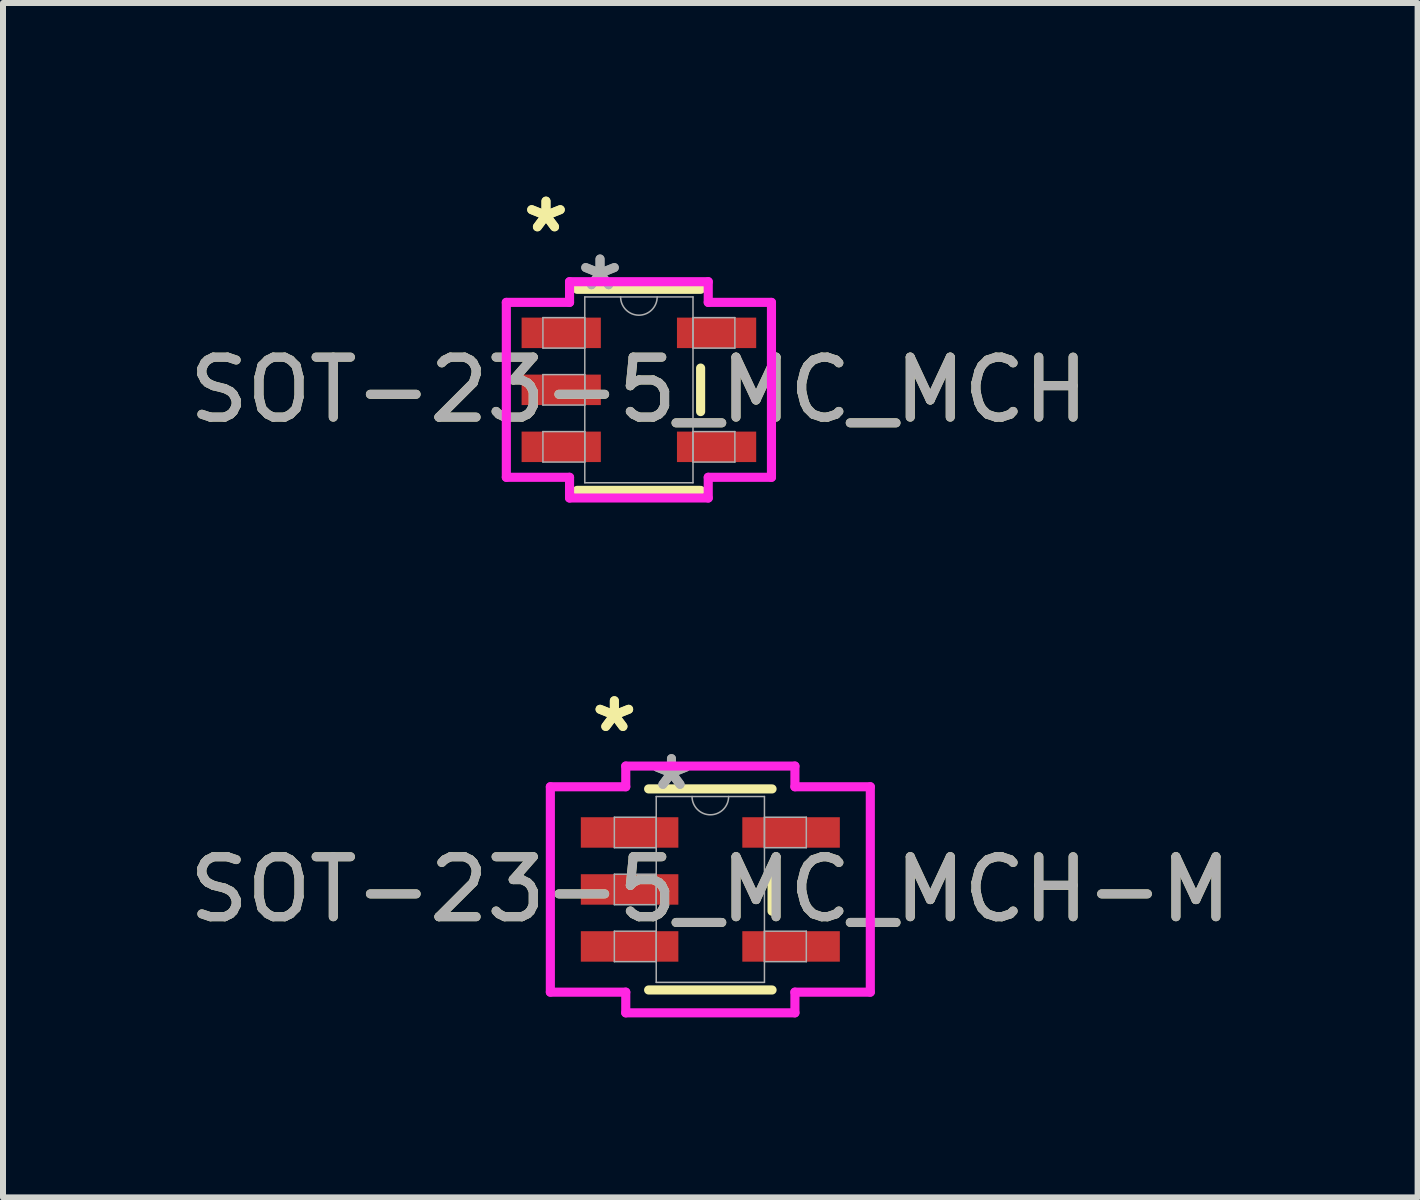
<source format=kicad_pcb>
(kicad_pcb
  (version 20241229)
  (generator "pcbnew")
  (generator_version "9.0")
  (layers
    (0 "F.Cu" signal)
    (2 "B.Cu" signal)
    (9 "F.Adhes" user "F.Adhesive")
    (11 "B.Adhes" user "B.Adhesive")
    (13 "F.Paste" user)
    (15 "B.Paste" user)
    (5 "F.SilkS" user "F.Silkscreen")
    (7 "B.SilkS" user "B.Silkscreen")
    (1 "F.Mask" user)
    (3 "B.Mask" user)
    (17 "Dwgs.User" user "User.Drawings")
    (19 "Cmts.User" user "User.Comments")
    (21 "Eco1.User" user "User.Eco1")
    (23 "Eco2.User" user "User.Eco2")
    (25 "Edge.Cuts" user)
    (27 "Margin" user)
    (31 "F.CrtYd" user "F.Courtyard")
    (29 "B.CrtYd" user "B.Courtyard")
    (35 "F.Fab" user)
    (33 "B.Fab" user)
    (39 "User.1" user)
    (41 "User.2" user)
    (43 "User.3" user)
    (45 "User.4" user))
  (footprint "SOT-23-5_MC_MCH"
    (layer "F.Cu")
    (at 7.601 3.449)
    (property "Reference" "SOT-23-5_MC_MCH" (at 0 0 0) (unlocked yes) (layer "F.SilkS") (effects (font (size 1 1) (thickness 0.15))))
    (attr smd)
    (fp_line (start -1.029 1.676) (end 1.029 1.676) (stroke (width 0.152) (type solid)) (layer "F.SilkS"))
    (fp_line (start 1.029 -1.676) (end -1.029 -1.676) (stroke (width 0.152) (type solid)) (layer "F.SilkS"))
    (fp_line (start 1.029 0.363) (end 1.029 -0.363) (stroke (width 0.152) (type solid)) (layer "F.SilkS"))
    (fp_line (start -2.21 -1.458) (end -1.156 -1.458) (stroke (width 0.152) (type solid)) (layer "F.CrtYd"))
    (fp_line (start -2.21 1.458) (end -2.21 -1.458) (stroke (width 0.152) (type solid)) (layer "F.CrtYd"))
    (fp_line (start -1.156 -1.803) (end 1.156 -1.803) (stroke (width 0.152) (type solid)) (layer "F.CrtYd"))
    (fp_line (start -1.156 -1.458) (end -1.156 -1.803) (stroke (width 0.152) (type solid)) (layer "F.CrtYd"))
    (fp_line (start -1.156 1.458) (end -2.21 1.458) (stroke (width 0.152) (type solid)) (layer "F.CrtYd"))
    (fp_line (start -1.156 1.803) (end -1.156 1.458) (stroke (width 0.152) (type solid)) (layer "F.CrtYd"))
    (fp_line (start 1.156 -1.803) (end 1.156 -1.458) (stroke (width 0.152) (type solid)) (layer "F.CrtYd"))
    (fp_line (start 1.156 -1.458) (end 2.21 -1.458) (stroke (width 0.152) (type solid)) (layer "F.CrtYd"))
    (fp_line (start 1.156 1.458) (end 1.156 1.803) (stroke (width 0.152) (type solid)) (layer "F.CrtYd"))
    (fp_line (start 1.156 1.803) (end -1.156 1.803) (stroke (width 0.152) (type solid)) (layer "F.CrtYd"))
    (fp_line (start 2.21 -1.458) (end 2.21 1.458) (stroke (width 0.152) (type solid)) (layer "F.CrtYd"))
    (fp_line (start 2.21 1.458) (end 1.156 1.458) (stroke (width 0.152) (type solid)) (layer "F.CrtYd"))
    (fp_line (start -1.6 -1.204) (end -1.6 -0.696) (stroke (width 0.025) (type solid)) (layer "F.Fab"))
    (fp_line (start -1.6 -0.696) (end -0.902 -0.696) (stroke (width 0.025) (type solid)) (layer "F.Fab"))
    (fp_line (start -1.6 -0.254) (end -1.6 0.254) (stroke (width 0.025) (type solid)) (layer "F.Fab"))
    (fp_line (start -1.6 0.254) (end -0.902 0.254) (stroke (width 0.025) (type solid)) (layer "F.Fab"))
    (fp_line (start -1.6 0.696) (end -1.6 1.204) (stroke (width 0.025) (type solid)) (layer "F.Fab"))
    (fp_line (start -1.6 1.204) (end -0.902 1.204) (stroke (width 0.025) (type solid)) (layer "F.Fab"))
    (fp_line (start -0.902 -1.549) (end -0.902 1.549) (stroke (width 0.025) (type solid)) (layer "F.Fab"))
    (fp_line (start -0.902 -1.204) (end -1.6 -1.204) (stroke (width 0.025) (type solid)) (layer "F.Fab"))
    (fp_line (start -0.902 -0.696) (end -0.902 -1.204) (stroke (width 0.025) (type solid)) (layer "F.Fab"))
    (fp_line (start -0.902 -0.254) (end -1.6 -0.254) (stroke (width 0.025) (type solid)) (layer "F.Fab"))
    (fp_line (start -0.902 0.254) (end -0.902 -0.254) (stroke (width 0.025) (type solid)) (layer "F.Fab"))
    (fp_line (start -0.902 0.696) (end -1.6 0.696) (stroke (width 0.025) (type solid)) (layer "F.Fab"))
    (fp_line (start -0.902 1.204) (end -0.902 0.696) (stroke (width 0.025) (type solid)) (layer "F.Fab"))
    (fp_line (start -0.902 1.549) (end 0.902 1.549) (stroke (width 0.025) (type solid)) (layer "F.Fab"))
    (fp_line (start 0.902 -1.549) (end -0.902 -1.549) (stroke (width 0.025) (type solid)) (layer "F.Fab"))
    (fp_line (start 0.902 -1.204) (end 0.902 -0.696) (stroke (width 0.025) (type solid)) (layer "F.Fab"))
    (fp_line (start 0.902 -0.696) (end 1.6 -0.696) (stroke (width 0.025) (type solid)) (layer "F.Fab"))
    (fp_line (start 0.902 0.696) (end 0.902 1.204) (stroke (width 0.025) (type solid)) (layer "F.Fab"))
    (fp_line (start 0.902 1.204) (end 1.6 1.204) (stroke (width 0.025) (type solid)) (layer "F.Fab"))
    (fp_line (start 0.902 1.549) (end 0.902 -1.549) (stroke (width 0.025) (type solid)) (layer "F.Fab"))
    (fp_line (start 1.6 -1.204) (end 0.902 -1.204) (stroke (width 0.025) (type solid)) (layer "F.Fab"))
    (fp_line (start 1.6 -0.696) (end 1.6 -1.204) (stroke (width 0.025) (type solid)) (layer "F.Fab"))
    (fp_line (start 1.6 0.696) (end 0.902 0.696) (stroke (width 0.025) (type solid)) (layer "F.Fab"))
    (fp_line (start 1.6 1.204) (end 1.6 0.696) (stroke (width 0.025) (type solid)) (layer "F.Fab"))
    (fp_arc (start 0.3048 -1.5494) (mid 0 -1.2446) (end -0.3048 -1.5494) (stroke (width 0.0254) (type solid)) (layer "F.Fab"))
    (fp_text user "*" (at -1.549 -2.601 0) (layer "F.SilkS") (effects (font (size 1 1) (thickness 0.15))))
    (fp_text user "*" (at -1.549 -2.601 0) (unlocked yes) (layer "F.SilkS") (effects (font (size 1 1) (thickness 0.15))))
    (fp_text user "${REFERENCE}" (at 0 0 0) (unlocked yes) (layer "F.Fab") (effects (font (size 1 1) (thickness 0.15))))
    (fp_text user "*" (at -0.648 -1.636 0) (unlocked yes) (layer "F.Fab") (effects (font (size 1 1) (thickness 0.15))))
    (fp_text user "*" (at -0.648 -1.636 0) (layer "F.Fab") (effects (font (size 1 1) (thickness 0.15))))
    (pad "1" smd rect (at -1.295 -0.95) (size 1.321 0.508) (layers "F.Cu" "F.Mask" "F.Paste"))
    (pad "2" smd rect (at -1.295 0) (size 1.321 0.508) (layers "F.Cu" "F.Mask" "F.Paste"))
    (pad "3" smd rect (at -1.295 0.95) (size 1.321 0.508) (layers "F.Cu" "F.Mask" "F.Paste"))
    (pad "4" smd rect (at 1.295 0.95) (size 1.321 0.508) (layers "F.Cu" "F.Mask" "F.Paste"))
    (pad "5" smd rect (at 1.295 -0.95) (size 1.321 0.508) (layers "F.Cu" "F.Mask" "F.Paste")))
  (footprint "SOT-23-5_MC_MCH-M"
    (layer "F.Cu")
    (at 8.792 11.778)
    (property "Reference" "SOT-23-5_MC_MCH-M" (at 0 0 0) (unlocked yes) (layer "F.SilkS") (effects (font (size 1 1) (thickness 0.15))))
    (attr smd)
    (fp_line (start -1.029 1.676) (end 1.029 1.676) (stroke (width 0.152) (type solid)) (layer "F.SilkS"))
    (fp_line (start 1.029 -1.676) (end -1.029 -1.676) (stroke (width 0.152) (type solid)) (layer "F.SilkS"))
    (fp_line (start 1.029 0.363) (end 1.029 -0.363) (stroke (width 0.152) (type solid)) (layer "F.SilkS"))
    (fp_line (start -2.667 -1.712) (end -1.41 -1.712) (stroke (width 0.152) (type solid)) (layer "F.CrtYd"))
    (fp_line (start -2.667 1.712) (end -2.667 -1.712) (stroke (width 0.152) (type solid)) (layer "F.CrtYd"))
    (fp_line (start -1.41 -2.057) (end 1.41 -2.057) (stroke (width 0.152) (type solid)) (layer "F.CrtYd"))
    (fp_line (start -1.41 -1.712) (end -1.41 -2.057) (stroke (width 0.152) (type solid)) (layer "F.CrtYd"))
    (fp_line (start -1.41 1.712) (end -2.667 1.712) (stroke (width 0.152) (type solid)) (layer "F.CrtYd"))
    (fp_line (start -1.41 2.057) (end -1.41 1.712) (stroke (width 0.152) (type solid)) (layer "F.CrtYd"))
    (fp_line (start 1.41 -2.057) (end 1.41 -1.712) (stroke (width 0.152) (type solid)) (layer "F.CrtYd"))
    (fp_line (start 1.41 -1.712) (end 2.667 -1.712) (stroke (width 0.152) (type solid)) (layer "F.CrtYd"))
    (fp_line (start 1.41 1.712) (end 1.41 2.057) (stroke (width 0.152) (type solid)) (layer "F.CrtYd"))
    (fp_line (start 1.41 2.057) (end -1.41 2.057) (stroke (width 0.152) (type solid)) (layer "F.CrtYd"))
    (fp_line (start 2.667 -1.712) (end 2.667 1.712) (stroke (width 0.152) (type solid)) (layer "F.CrtYd"))
    (fp_line (start 2.667 1.712) (end 1.41 1.712) (stroke (width 0.152) (type solid)) (layer "F.CrtYd"))
    (fp_line (start -1.6 -1.204) (end -1.6 -0.696) (stroke (width 0.025) (type solid)) (layer "F.Fab"))
    (fp_line (start -1.6 -0.696) (end -0.902 -0.696) (stroke (width 0.025) (type solid)) (layer "F.Fab"))
    (fp_line (start -1.6 -0.254) (end -1.6 0.254) (stroke (width 0.025) (type solid)) (layer "F.Fab"))
    (fp_line (start -1.6 0.254) (end -0.902 0.254) (stroke (width 0.025) (type solid)) (layer "F.Fab"))
    (fp_line (start -1.6 0.696) (end -1.6 1.204) (stroke (width 0.025) (type solid)) (layer "F.Fab"))
    (fp_line (start -1.6 1.204) (end -0.902 1.204) (stroke (width 0.025) (type solid)) (layer "F.Fab"))
    (fp_line (start -0.902 -1.549) (end -0.902 1.549) (stroke (width 0.025) (type solid)) (layer "F.Fab"))
    (fp_line (start -0.902 -1.204) (end -1.6 -1.204) (stroke (width 0.025) (type solid)) (layer "F.Fab"))
    (fp_line (start -0.902 -0.696) (end -0.902 -1.204) (stroke (width 0.025) (type solid)) (layer "F.Fab"))
    (fp_line (start -0.902 -0.254) (end -1.6 -0.254) (stroke (width 0.025) (type solid)) (layer "F.Fab"))
    (fp_line (start -0.902 0.254) (end -0.902 -0.254) (stroke (width 0.025) (type solid)) (layer "F.Fab"))
    (fp_line (start -0.902 0.696) (end -1.6 0.696) (stroke (width 0.025) (type solid)) (layer "F.Fab"))
    (fp_line (start -0.902 1.204) (end -0.902 0.696) (stroke (width 0.025) (type solid)) (layer "F.Fab"))
    (fp_line (start -0.902 1.549) (end 0.902 1.549) (stroke (width 0.025) (type solid)) (layer "F.Fab"))
    (fp_line (start 0.902 -1.549) (end -0.902 -1.549) (stroke (width 0.025) (type solid)) (layer "F.Fab"))
    (fp_line (start 0.902 -1.204) (end 0.902 -0.696) (stroke (width 0.025) (type solid)) (layer "F.Fab"))
    (fp_line (start 0.902 -0.696) (end 1.6 -0.696) (stroke (width 0.025) (type solid)) (layer "F.Fab"))
    (fp_line (start 0.902 0.696) (end 0.902 1.204) (stroke (width 0.025) (type solid)) (layer "F.Fab"))
    (fp_line (start 0.902 1.204) (end 1.6 1.204) (stroke (width 0.025) (type solid)) (layer "F.Fab"))
    (fp_line (start 0.902 1.549) (end 0.902 -1.549) (stroke (width 0.025) (type solid)) (layer "F.Fab"))
    (fp_line (start 1.6 -1.204) (end 0.902 -1.204) (stroke (width 0.025) (type solid)) (layer "F.Fab"))
    (fp_line (start 1.6 -0.696) (end 1.6 -1.204) (stroke (width 0.025) (type solid)) (layer "F.Fab"))
    (fp_line (start 1.6 0.696) (end 0.902 0.696) (stroke (width 0.025) (type solid)) (layer "F.Fab"))
    (fp_line (start 1.6 1.204) (end 1.6 0.696) (stroke (width 0.025) (type solid)) (layer "F.Fab"))
    (fp_arc (start 0.3048 -1.5494) (mid 0 -1.2446) (end -0.3048 -1.5494) (stroke (width 0.0254) (type solid)) (layer "F.Fab"))
    (fp_text user "*" (at -1.6 -2.601 0) (layer "F.SilkS") (effects (font (size 1 1) (thickness 0.15))))
    (fp_text user "*" (at -1.6 -2.601 0) (unlocked yes) (layer "F.SilkS") (effects (font (size 1 1) (thickness 0.15))))
    (fp_text user "*" (at -0.648 -1.636 0) (unlocked yes) (layer "F.Fab") (effects (font (size 1 1) (thickness 0.15))))
    (fp_text user "*" (at -0.648 -1.636 0) (layer "F.Fab") (effects (font (size 1 1) (thickness 0.15))))
    (fp_text user "${REFERENCE}" (at 0 0 0) (unlocked yes) (layer "F.Fab") (effects (font (size 1 1) (thickness 0.15))))
    (pad "1" smd rect (at -1.346 -0.95) (size 1.626 0.508) (layers "F.Cu" "F.Mask" "F.Paste"))
    (pad "2" smd rect (at -1.346 0) (size 1.626 0.508) (layers "F.Cu" "F.Mask" "F.Paste"))
    (pad "3" smd rect (at -1.346 0.95) (size 1.626 0.508) (layers "F.Cu" "F.Mask" "F.Paste"))
    (pad "4" smd rect (at 1.346 0.95) (size 1.626 0.508) (layers "F.Cu" "F.Mask" "F.Paste"))
    (pad "5" smd rect (at 1.346 -0.95) (size 1.626 0.508) (layers "F.Cu" "F.Mask" "F.Paste")))
  (gr_rect
    (start -3 -3)
    (end 20.583 16.912)
    (stroke (width 0.1) (type default))
    (fill no)
    (layer "Edge.Cuts")))
</source>
